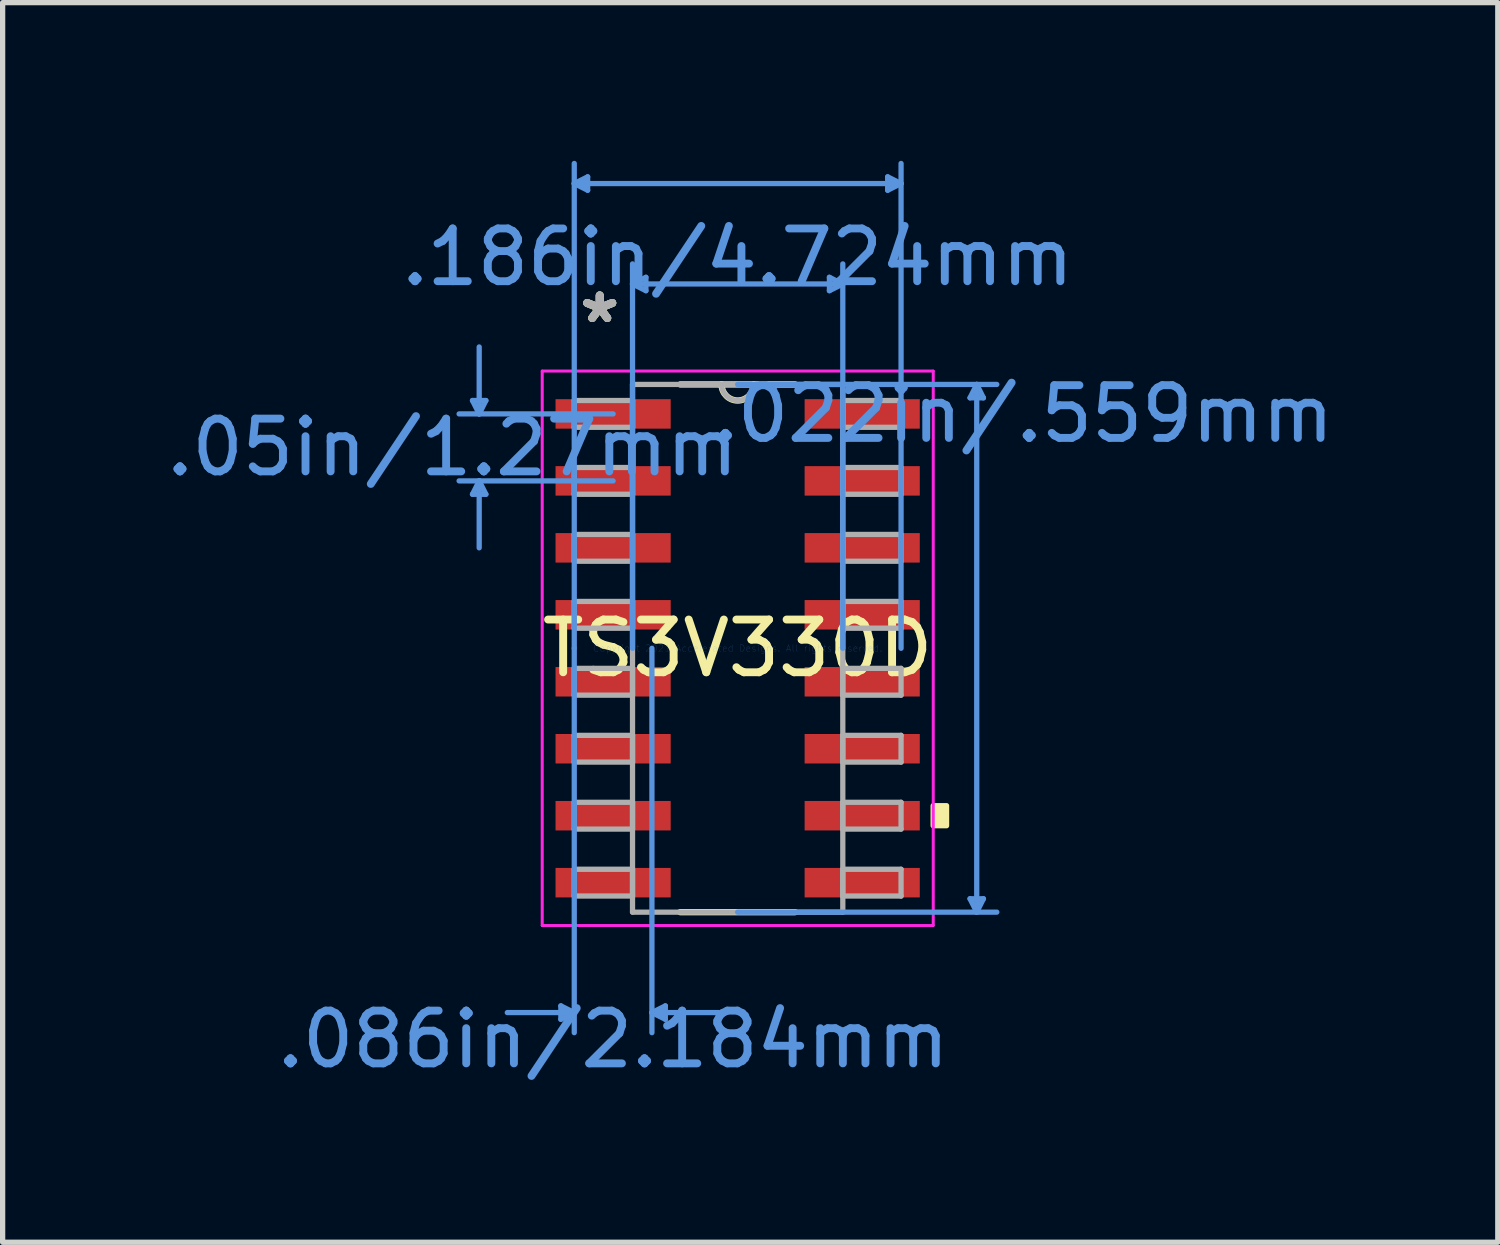
<source format=kicad_pcb>
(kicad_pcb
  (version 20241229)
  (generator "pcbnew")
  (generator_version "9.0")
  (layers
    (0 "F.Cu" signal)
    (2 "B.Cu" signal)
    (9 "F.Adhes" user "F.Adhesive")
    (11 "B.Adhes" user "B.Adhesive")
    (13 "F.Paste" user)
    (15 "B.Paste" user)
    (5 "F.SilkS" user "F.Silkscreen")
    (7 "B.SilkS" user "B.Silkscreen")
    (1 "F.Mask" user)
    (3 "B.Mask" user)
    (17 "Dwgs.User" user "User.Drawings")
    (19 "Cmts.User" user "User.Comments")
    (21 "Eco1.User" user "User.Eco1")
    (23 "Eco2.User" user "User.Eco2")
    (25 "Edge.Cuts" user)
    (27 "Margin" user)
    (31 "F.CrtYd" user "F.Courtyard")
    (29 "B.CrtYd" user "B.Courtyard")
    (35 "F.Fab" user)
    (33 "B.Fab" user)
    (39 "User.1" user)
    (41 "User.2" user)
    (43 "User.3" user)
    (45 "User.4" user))
  (footprint "TS3V330D"
    (layer "F.Cu")
    (at 10.94 9.245)
    (property "Reference" "TS3V330D" (at 0 0 0) (layer "F.SilkS") (effects (font (size 1 1) (thickness 0.15))))
    (attr through_hole)
    (fp_line (start -1.089 5.004) (end 1.089 5.004) (stroke (width 0.12) (type solid)) (layer "F.SilkS"))
    (fp_line (start 1.089 -5.004) (end -1.089 -5.004) (stroke (width 0.12) (type solid)) (layer "F.SilkS"))
    (fp_arc (start 0.3048 -5.0038) (mid 0 -4.699) (end -0.3048 -5.0038) (stroke (width 0.12) (type solid)) (layer "F.SilkS"))
    (fp_poly (pts (xy 3.962 2.985) (xy 3.962 3.365) (xy 3.708 3.365) (xy 3.708 2.985)) (stroke (width 0.1) (type solid)) (fill yes) (layer "F.SilkS"))
    (fp_line (start -5.029 -4.699) (end -4.775 -4.699) (stroke (width 0.1) (type solid)) (layer "Cmts.User"))
    (fp_line (start -5.029 -2.921) (end -4.775 -2.921) (stroke (width 0.1) (type solid)) (layer "Cmts.User"))
    (fp_line (start -4.902 -4.445) (end -5.029 -4.699) (stroke (width 0.1) (type solid)) (layer "Cmts.User"))
    (fp_line (start -4.902 -4.445) (end -4.902 -5.715) (stroke (width 0.1) (type solid)) (layer "Cmts.User"))
    (fp_line (start -4.902 -4.445) (end -4.775 -4.699) (stroke (width 0.1) (type solid)) (layer "Cmts.User"))
    (fp_line (start -4.902 -3.175) (end -5.029 -2.921) (stroke (width 0.1) (type solid)) (layer "Cmts.User"))
    (fp_line (start -4.902 -3.175) (end -4.902 -1.905) (stroke (width 0.1) (type solid)) (layer "Cmts.User"))
    (fp_line (start -4.902 -3.175) (end -4.775 -2.921) (stroke (width 0.1) (type solid)) (layer "Cmts.User"))
    (fp_line (start -3.353 6.782) (end -3.353 7.036) (stroke (width 0.1) (type solid)) (layer "Cmts.User"))
    (fp_line (start -3.099 -8.814) (end -2.845 -8.941) (stroke (width 0.1) (type solid)) (layer "Cmts.User"))
    (fp_line (start -3.099 -8.814) (end -2.845 -8.687) (stroke (width 0.1) (type solid)) (layer "Cmts.User"))
    (fp_line (start -3.099 -8.814) (end 3.099 -8.814) (stroke (width 0.1) (type solid)) (layer "Cmts.User"))
    (fp_line (start -3.099 0) (end -3.099 -9.195) (stroke (width 0.1) (type solid)) (layer "Cmts.User"))
    (fp_line (start -3.099 0) (end -3.099 7.29) (stroke (width 0.1) (type solid)) (layer "Cmts.User"))
    (fp_line (start -3.099 6.909) (end -4.369 6.909) (stroke (width 0.1) (type solid)) (layer "Cmts.User"))
    (fp_line (start -3.099 6.909) (end -3.353 6.782) (stroke (width 0.1) (type solid)) (layer "Cmts.User"))
    (fp_line (start -3.099 6.909) (end -3.353 7.036) (stroke (width 0.1) (type solid)) (layer "Cmts.User"))
    (fp_line (start -2.845 -8.941) (end -2.845 -8.687) (stroke (width 0.1) (type solid)) (layer "Cmts.User"))
    (fp_line (start -2.362 -4.445) (end -5.283 -4.445) (stroke (width 0.1) (type solid)) (layer "Cmts.User"))
    (fp_line (start -2.362 -3.175) (end -5.283 -3.175) (stroke (width 0.1) (type solid)) (layer "Cmts.User"))
    (fp_line (start -1.994 -6.909) (end -1.74 -7.036) (stroke (width 0.1) (type solid)) (layer "Cmts.User"))
    (fp_line (start -1.994 -6.909) (end -1.74 -6.782) (stroke (width 0.1) (type solid)) (layer "Cmts.User"))
    (fp_line (start -1.994 -6.909) (end 1.994 -6.909) (stroke (width 0.1) (type solid)) (layer "Cmts.User"))
    (fp_line (start -1.994 0) (end -1.994 -7.29) (stroke (width 0.1) (type solid)) (layer "Cmts.User"))
    (fp_line (start -1.74 -7.036) (end -1.74 -6.782) (stroke (width 0.1) (type solid)) (layer "Cmts.User"))
    (fp_line (start -1.626 0) (end -1.626 7.29) (stroke (width 0.1) (type solid)) (layer "Cmts.User"))
    (fp_line (start -1.626 6.909) (end -1.372 6.782) (stroke (width 0.1) (type solid)) (layer "Cmts.User"))
    (fp_line (start -1.626 6.909) (end -1.372 7.036) (stroke (width 0.1) (type solid)) (layer "Cmts.User"))
    (fp_line (start -1.626 6.909) (end -0.356 6.909) (stroke (width 0.1) (type solid)) (layer "Cmts.User"))
    (fp_line (start -1.372 6.782) (end -1.372 7.036) (stroke (width 0.1) (type solid)) (layer "Cmts.User"))
    (fp_line (start 0 -5.004) (end 4.915 -5.004) (stroke (width 0.1) (type solid)) (layer "Cmts.User"))
    (fp_line (start 0 5.004) (end 4.915 5.004) (stroke (width 0.1) (type solid)) (layer "Cmts.User"))
    (fp_line (start 1.74 -7.036) (end 1.74 -6.782) (stroke (width 0.1) (type solid)) (layer "Cmts.User"))
    (fp_line (start 1.994 -6.909) (end 1.74 -7.036) (stroke (width 0.1) (type solid)) (layer "Cmts.User"))
    (fp_line (start 1.994 -6.909) (end 1.74 -6.782) (stroke (width 0.1) (type solid)) (layer "Cmts.User"))
    (fp_line (start 1.994 0) (end 1.994 -7.29) (stroke (width 0.1) (type solid)) (layer "Cmts.User"))
    (fp_line (start 2.845 -8.941) (end 2.845 -8.687) (stroke (width 0.1) (type solid)) (layer "Cmts.User"))
    (fp_line (start 3.099 -8.814) (end 2.845 -8.941) (stroke (width 0.1) (type solid)) (layer "Cmts.User"))
    (fp_line (start 3.099 -8.814) (end 2.845 -8.687) (stroke (width 0.1) (type solid)) (layer "Cmts.User"))
    (fp_line (start 3.099 0) (end 3.099 -9.195) (stroke (width 0.1) (type solid)) (layer "Cmts.User"))
    (fp_line (start 4.407 -4.75) (end 4.661 -4.75) (stroke (width 0.1) (type solid)) (layer "Cmts.User"))
    (fp_line (start 4.407 4.75) (end 4.661 4.75) (stroke (width 0.1) (type solid)) (layer "Cmts.User"))
    (fp_line (start 4.534 -5.004) (end 4.407 -4.75) (stroke (width 0.1) (type solid)) (layer "Cmts.User"))
    (fp_line (start 4.534 -5.004) (end 4.534 5.004) (stroke (width 0.1) (type solid)) (layer "Cmts.User"))
    (fp_line (start 4.534 -5.004) (end 4.661 -4.75) (stroke (width 0.1) (type solid)) (layer "Cmts.User"))
    (fp_line (start 4.534 5.004) (end 4.407 4.75) (stroke (width 0.1) (type solid)) (layer "Cmts.User"))
    (fp_line (start 4.534 5.004) (end 4.661 4.75) (stroke (width 0.1) (type solid)) (layer "Cmts.User"))
    (fp_line (start -3.708 -5.258) (end 3.708 -5.258) (stroke (width 0.05) (type solid)) (layer "F.CrtYd"))
    (fp_line (start -3.708 -5.258) (end 3.708 -5.258) (stroke (width 0.05) (type solid)) (layer "F.CrtYd"))
    (fp_line (start -3.708 5.258) (end -3.708 -5.258) (stroke (width 0.05) (type solid)) (layer "F.CrtYd"))
    (fp_line (start -3.708 5.258) (end -3.708 -5.258) (stroke (width 0.05) (type solid)) (layer "F.CrtYd"))
    (fp_line (start 3.708 -5.258) (end 3.708 5.258) (stroke (width 0.05) (type solid)) (layer "F.CrtYd"))
    (fp_line (start 3.708 -5.258) (end 3.708 5.258) (stroke (width 0.05) (type solid)) (layer "F.CrtYd"))
    (fp_line (start 3.708 5.258) (end -3.708 5.258) (stroke (width 0.05) (type solid)) (layer "F.CrtYd"))
    (fp_line (start 3.708 5.258) (end -3.708 5.258) (stroke (width 0.05) (type solid)) (layer "F.CrtYd"))
    (fp_line (start -3.099 -4.699) (end -3.099 -4.191) (stroke (width 0.1) (type solid)) (layer "F.Fab"))
    (fp_line (start -3.099 -4.191) (end -1.994 -4.191) (stroke (width 0.1) (type solid)) (layer "F.Fab"))
    (fp_line (start -3.099 -3.429) (end -3.099 -2.921) (stroke (width 0.1) (type solid)) (layer "F.Fab"))
    (fp_line (start -3.099 -2.921) (end -1.994 -2.921) (stroke (width 0.1) (type solid)) (layer "F.Fab"))
    (fp_line (start -3.099 -2.159) (end -3.099 -1.651) (stroke (width 0.1) (type solid)) (layer "F.Fab"))
    (fp_line (start -3.099 -1.651) (end -1.994 -1.651) (stroke (width 0.1) (type solid)) (layer "F.Fab"))
    (fp_line (start -3.099 -0.889) (end -3.099 -0.381) (stroke (width 0.1) (type solid)) (layer "F.Fab"))
    (fp_line (start -3.099 -0.381) (end -1.994 -0.381) (stroke (width 0.1) (type solid)) (layer "F.Fab"))
    (fp_line (start -3.099 0.381) (end -3.099 0.889) (stroke (width 0.1) (type solid)) (layer "F.Fab"))
    (fp_line (start -3.099 0.889) (end -1.994 0.889) (stroke (width 0.1) (type solid)) (layer "F.Fab"))
    (fp_line (start -3.099 1.651) (end -3.099 2.159) (stroke (width 0.1) (type solid)) (layer "F.Fab"))
    (fp_line (start -3.099 2.159) (end -1.994 2.159) (stroke (width 0.1) (type solid)) (layer "F.Fab"))
    (fp_line (start -3.099 2.921) (end -3.099 3.429) (stroke (width 0.1) (type solid)) (layer "F.Fab"))
    (fp_line (start -3.099 3.429) (end -1.994 3.429) (stroke (width 0.1) (type solid)) (layer "F.Fab"))
    (fp_line (start -3.099 4.191) (end -3.099 4.699) (stroke (width 0.1) (type solid)) (layer "F.Fab"))
    (fp_line (start -3.099 4.699) (end -1.994 4.699) (stroke (width 0.1) (type solid)) (layer "F.Fab"))
    (fp_line (start -1.994 -5.004) (end -1.994 5.004) (stroke (width 0.1) (type solid)) (layer "F.Fab"))
    (fp_line (start -1.994 -4.699) (end -3.099 -4.699) (stroke (width 0.1) (type solid)) (layer "F.Fab"))
    (fp_line (start -1.994 -4.191) (end -1.994 -4.699) (stroke (width 0.1) (type solid)) (layer "F.Fab"))
    (fp_line (start -1.994 -3.429) (end -3.099 -3.429) (stroke (width 0.1) (type solid)) (layer "F.Fab"))
    (fp_line (start -1.994 -2.921) (end -1.994 -3.429) (stroke (width 0.1) (type solid)) (layer "F.Fab"))
    (fp_line (start -1.994 -2.159) (end -3.099 -2.159) (stroke (width 0.1) (type solid)) (layer "F.Fab"))
    (fp_line (start -1.994 -1.651) (end -1.994 -2.159) (stroke (width 0.1) (type solid)) (layer "F.Fab"))
    (fp_line (start -1.994 -0.889) (end -3.099 -0.889) (stroke (width 0.1) (type solid)) (layer "F.Fab"))
    (fp_line (start -1.994 -0.381) (end -1.994 -0.889) (stroke (width 0.1) (type solid)) (layer "F.Fab"))
    (fp_line (start -1.994 0.381) (end -3.099 0.381) (stroke (width 0.1) (type solid)) (layer "F.Fab"))
    (fp_line (start -1.994 0.889) (end -1.994 0.381) (stroke (width 0.1) (type solid)) (layer "F.Fab"))
    (fp_line (start -1.994 1.651) (end -3.099 1.651) (stroke (width 0.1) (type solid)) (layer "F.Fab"))
    (fp_line (start -1.994 2.159) (end -1.994 1.651) (stroke (width 0.1) (type solid)) (layer "F.Fab"))
    (fp_line (start -1.994 2.921) (end -3.099 2.921) (stroke (width 0.1) (type solid)) (layer "F.Fab"))
    (fp_line (start -1.994 3.429) (end -1.994 2.921) (stroke (width 0.1) (type solid)) (layer "F.Fab"))
    (fp_line (start -1.994 4.191) (end -3.099 4.191) (stroke (width 0.1) (type solid)) (layer "F.Fab"))
    (fp_line (start -1.994 4.699) (end -1.994 4.191) (stroke (width 0.1) (type solid)) (layer "F.Fab"))
    (fp_line (start -1.994 5.004) (end 1.994 5.004) (stroke (width 0.1) (type solid)) (layer "F.Fab"))
    (fp_line (start 1.994 -5.004) (end -1.994 -5.004) (stroke (width 0.1) (type solid)) (layer "F.Fab"))
    (fp_line (start 1.994 -4.699) (end 1.994 -4.191) (stroke (width 0.1) (type solid)) (layer "F.Fab"))
    (fp_line (start 1.994 -4.191) (end 3.099 -4.191) (stroke (width 0.1) (type solid)) (layer "F.Fab"))
    (fp_line (start 1.994 -3.429) (end 1.994 -2.921) (stroke (width 0.1) (type solid)) (layer "F.Fab"))
    (fp_line (start 1.994 -2.921) (end 3.099 -2.921) (stroke (width 0.1) (type solid)) (layer "F.Fab"))
    (fp_line (start 1.994 -2.159) (end 1.994 -1.651) (stroke (width 0.1) (type solid)) (layer "F.Fab"))
    (fp_line (start 1.994 -1.651) (end 3.099 -1.651) (stroke (width 0.1) (type solid)) (layer "F.Fab"))
    (fp_line (start 1.994 -0.889) (end 1.994 -0.381) (stroke (width 0.1) (type solid)) (layer "F.Fab"))
    (fp_line (start 1.994 -0.381) (end 3.099 -0.381) (stroke (width 0.1) (type solid)) (layer "F.Fab"))
    (fp_line (start 1.994 0.381) (end 1.994 0.889) (stroke (width 0.1) (type solid)) (layer "F.Fab"))
    (fp_line (start 1.994 0.889) (end 3.099 0.889) (stroke (width 0.1) (type solid)) (layer "F.Fab"))
    (fp_line (start 1.994 1.651) (end 1.994 2.159) (stroke (width 0.1) (type solid)) (layer "F.Fab"))
    (fp_line (start 1.994 2.159) (end 3.099 2.159) (stroke (width 0.1) (type solid)) (layer "F.Fab"))
    (fp_line (start 1.994 2.921) (end 1.994 3.429) (stroke (width 0.1) (type solid)) (layer "F.Fab"))
    (fp_line (start 1.994 3.429) (end 3.099 3.429) (stroke (width 0.1) (type solid)) (layer "F.Fab"))
    (fp_line (start 1.994 4.191) (end 1.994 4.699) (stroke (width 0.1) (type solid)) (layer "F.Fab"))
    (fp_line (start 1.994 4.699) (end 3.099 4.699) (stroke (width 0.1) (type solid)) (layer "F.Fab"))
    (fp_line (start 1.994 5.004) (end 1.994 -5.004) (stroke (width 0.1) (type solid)) (layer "F.Fab"))
    (fp_line (start 3.099 -4.699) (end 1.994 -4.699) (stroke (width 0.1) (type solid)) (layer "F.Fab"))
    (fp_line (start 3.099 -4.191) (end 3.099 -4.699) (stroke (width 0.1) (type solid)) (layer "F.Fab"))
    (fp_line (start 3.099 -3.429) (end 1.994 -3.429) (stroke (width 0.1) (type solid)) (layer "F.Fab"))
    (fp_line (start 3.099 -2.921) (end 3.099 -3.429) (stroke (width 0.1) (type solid)) (layer "F.Fab"))
    (fp_line (start 3.099 -2.159) (end 1.994 -2.159) (stroke (width 0.1) (type solid)) (layer "F.Fab"))
    (fp_line (start 3.099 -1.651) (end 3.099 -2.159) (stroke (width 0.1) (type solid)) (layer "F.Fab"))
    (fp_line (start 3.099 -0.889) (end 1.994 -0.889) (stroke (width 0.1) (type solid)) (layer "F.Fab"))
    (fp_line (start 3.099 -0.381) (end 3.099 -0.889) (stroke (width 0.1) (type solid)) (layer "F.Fab"))
    (fp_line (start 3.099 0.381) (end 1.994 0.381) (stroke (width 0.1) (type solid)) (layer "F.Fab"))
    (fp_line (start 3.099 0.889) (end 3.099 0.381) (stroke (width 0.1) (type solid)) (layer "F.Fab"))
    (fp_line (start 3.099 1.651) (end 1.994 1.651) (stroke (width 0.1) (type solid)) (layer "F.Fab"))
    (fp_line (start 3.099 2.159) (end 3.099 1.651) (stroke (width 0.1) (type solid)) (layer "F.Fab"))
    (fp_line (start 3.099 2.921) (end 1.994 2.921) (stroke (width 0.1) (type solid)) (layer "F.Fab"))
    (fp_line (start 3.099 3.429) (end 3.099 2.921) (stroke (width 0.1) (type solid)) (layer "F.Fab"))
    (fp_line (start 3.099 4.191) (end 1.994 4.191) (stroke (width 0.1) (type solid)) (layer "F.Fab"))
    (fp_line (start 3.099 4.699) (end 3.099 4.191) (stroke (width 0.1) (type solid)) (layer "F.Fab"))
    (fp_arc (start 0.3048 -5.0038) (mid 0 -4.699) (end -0.3048 -5.0038) (stroke (width 0.1) (type solid)) (layer "F.Fab"))
    (fp_text user "*" (at -2.616 -6.147 0) (layer "F.SilkS") (effects (font (size 1 1) (thickness 0.15))))
    (fp_text user "*" (at -2.616 -6.147 0) (layer "F.SilkS") (effects (font (size 1 1) (thickness 0.15))))
    (fp_text user ".05in/1.27mm" (at -5.41 -3.81 0) (layer "Cmts.User") (effects (font (size 1 1) (thickness 0.15))))
    (fp_text user ".186in/4.724mm" (at 0 -7.417 0) (layer "Cmts.User") (effects (font (size 1 1) (thickness 0.15))))
    (fp_text user ".086in/2.184mm" (at -2.362 7.417 0) (layer "Cmts.User") (effects (font (size 1 1) (thickness 0.15))))
    (fp_text user ".022in/.559mm" (at 5.41 -4.445 0) (layer "Cmts.User") (effects (font (size 1 1) (thickness 0.15))))
    (fp_text user "Copyright 2021 Accelerated Designs. All rights reserved." (at 0 0 0) (layer "Cmts.User") (effects (font (size 0.127 0.127) (thickness 0.002))))
    (fp_text user "*" (at -2.616 -6.147 0) (layer "F.Fab") (effects (font (size 1 1) (thickness 0.15))))
    (fp_text user "*" (at -2.616 -6.147 0) (layer "F.Fab") (effects (font (size 1 1) (thickness 0.15))))
    (pad "1" smd rect (at -2.362 -4.445) (size 2.184 0.559) (layers "F.Cu" "F.Mask" "F.Paste"))
    (pad "2" smd rect (at -2.362 -3.175) (size 2.184 0.559) (layers "F.Cu" "F.Mask" "F.Paste"))
    (pad "3" smd rect (at -2.362 -1.905) (size 2.184 0.559) (layers "F.Cu" "F.Mask" "F.Paste"))
    (pad "4" smd rect (at -2.362 -0.635) (size 2.184 0.559) (layers "F.Cu" "F.Mask" "F.Paste"))
    (pad "5" smd rect (at -2.362 0.635) (size 2.184 0.559) (layers "F.Cu" "F.Mask" "F.Paste"))
    (pad "6" smd rect (at -2.362 1.905) (size 2.184 0.559) (layers "F.Cu" "F.Mask" "F.Paste"))
    (pad "7" smd rect (at -2.362 3.175) (size 2.184 0.559) (layers "F.Cu" "F.Mask" "F.Paste"))
    (pad "8" smd rect (at -2.362 4.445) (size 2.184 0.559) (layers "F.Cu" "F.Mask" "F.Paste"))
    (pad "9" smd rect (at 2.362 4.445) (size 2.184 0.559) (layers "F.Cu" "F.Mask" "F.Paste"))
    (pad "10" smd rect (at 2.362 3.175) (size 2.184 0.559) (layers "F.Cu" "F.Mask" "F.Paste"))
    (pad "11" smd rect (at 2.362 1.905) (size 2.184 0.559) (layers "F.Cu" "F.Mask" "F.Paste"))
    (pad "12" smd rect (at 2.362 0.635) (size 2.184 0.559) (layers "F.Cu" "F.Mask" "F.Paste"))
    (pad "13" smd rect (at 2.362 -0.635) (size 2.184 0.559) (layers "F.Cu" "F.Mask" "F.Paste"))
    (pad "14" smd rect (at 2.362 -1.905) (size 2.184 0.559) (layers "F.Cu" "F.Mask" "F.Paste"))
    (pad "15" smd rect (at 2.362 -3.175) (size 2.184 0.559) (layers "F.Cu" "F.Mask" "F.Paste"))
    (pad "16" smd rect (at 2.362 -4.445) (size 2.184 0.559) (layers "F.Cu" "F.Mask" "F.Paste")))
  (gr_rect
    (start -3 -3)
    (end 25.356 20.51)
    (stroke (width 0.1) (type default))
    (fill no)
    (layer "Edge.Cuts")))
</source>
